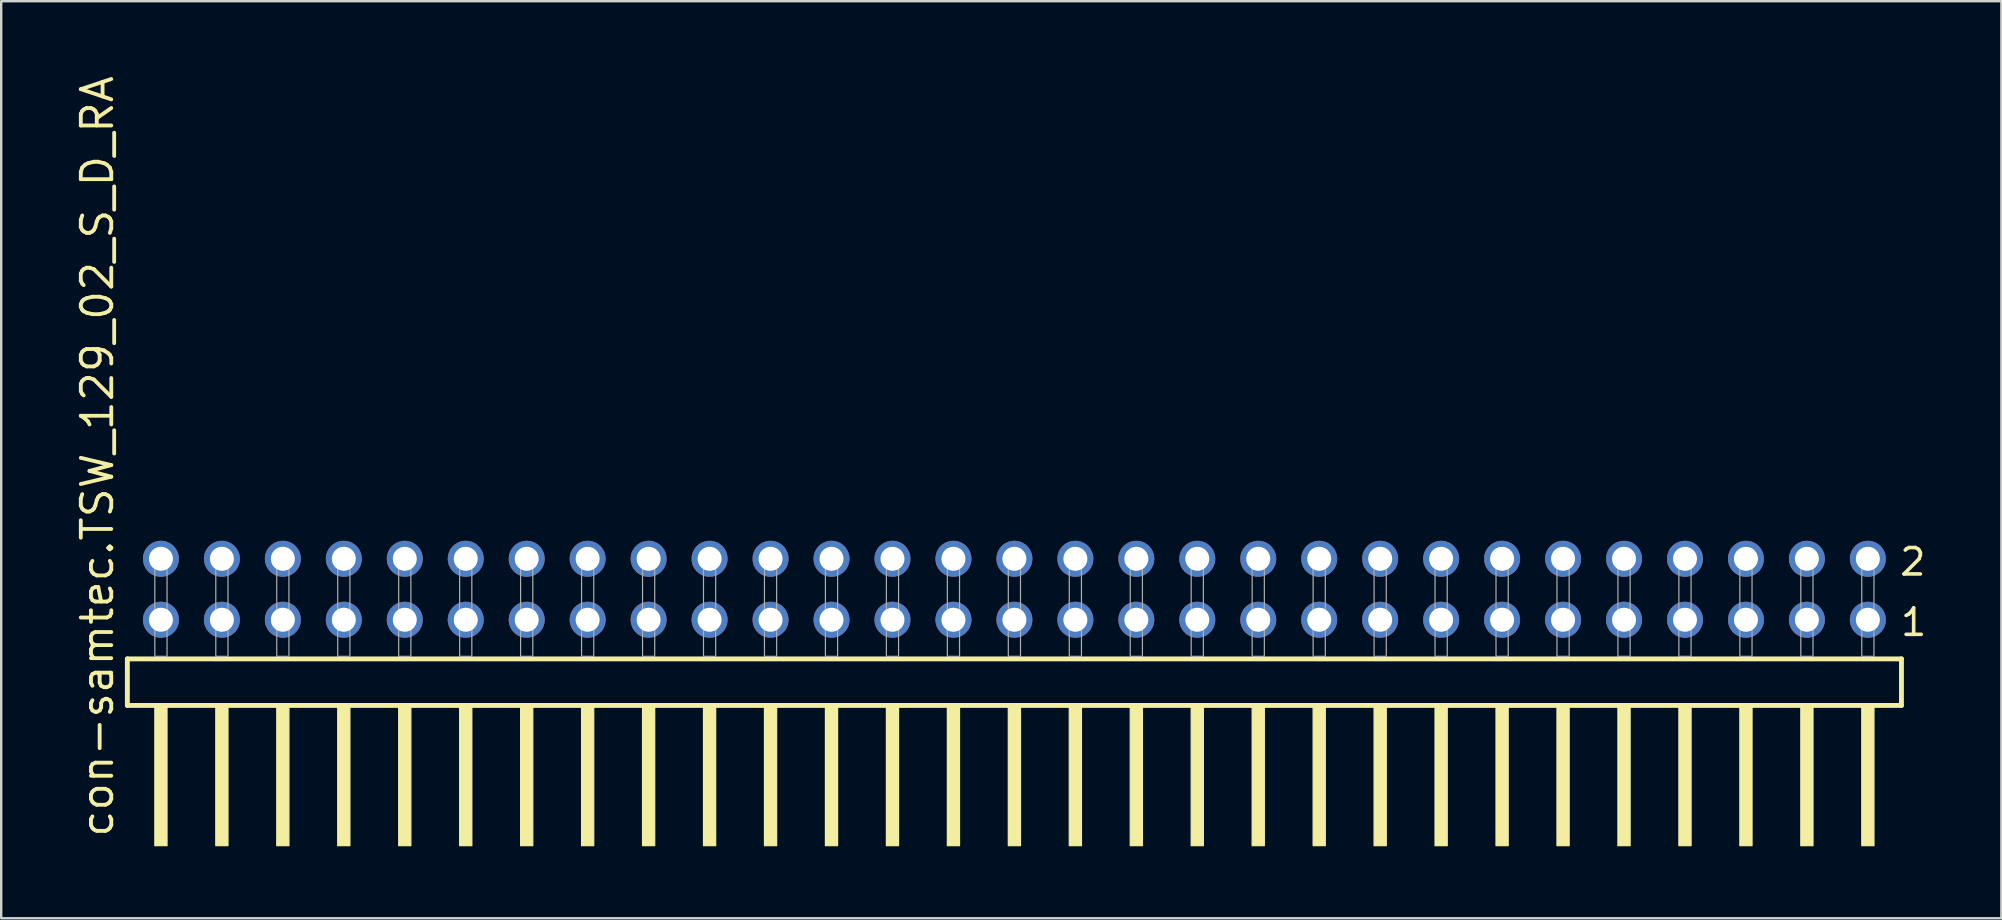
<source format=kicad_pcb>
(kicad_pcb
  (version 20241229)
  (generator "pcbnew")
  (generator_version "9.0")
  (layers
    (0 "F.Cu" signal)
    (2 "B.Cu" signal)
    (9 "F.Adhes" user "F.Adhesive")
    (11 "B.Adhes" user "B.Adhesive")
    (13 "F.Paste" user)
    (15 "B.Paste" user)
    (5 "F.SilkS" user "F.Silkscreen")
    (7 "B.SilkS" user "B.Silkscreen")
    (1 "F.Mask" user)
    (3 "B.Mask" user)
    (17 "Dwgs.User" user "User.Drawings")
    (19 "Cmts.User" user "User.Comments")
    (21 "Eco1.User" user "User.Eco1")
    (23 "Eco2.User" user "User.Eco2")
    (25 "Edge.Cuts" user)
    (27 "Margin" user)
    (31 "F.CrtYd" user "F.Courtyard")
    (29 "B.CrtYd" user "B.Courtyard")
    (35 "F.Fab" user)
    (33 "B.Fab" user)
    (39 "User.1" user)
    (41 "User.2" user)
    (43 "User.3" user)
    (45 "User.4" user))
  (footprint "con-samtec.TSW_129_02_S_D_RA"
    (layer "F.Cu")
    (at 39.215 24.296)
    (property "Reference" "con-samtec.TSW_129_02_S_D_RA" (at -37.465 7.62 90) (layer "F.SilkS") (effects (font (size 1.27 1.27) (thickness 0.16)) (justify left bottom)))
    (attr through_hole)
    (fp_line (start -36.959 0.106) (end -36.959 2.046) (stroke (width 0.203) (type default)) (layer "F.SilkS"))
    (fp_line (start -36.959 2.046) (end 36.959 2.046) (stroke (width 0.203) (type default)) (layer "F.SilkS"))
    (fp_line (start 36.959 0.106) (end -36.959 0.106) (stroke (width 0.203) (type default)) (layer "F.SilkS"))
    (fp_line (start 36.959 2.046) (end 36.959 0.106) (stroke (width 0.203) (type default)) (layer "F.SilkS"))
    (fp_rect (start -35.814 7.89) (end -35.306 2.04) (stroke (width 0.05) (type default)) (fill yes) (layer "F.SilkS"))
    (fp_rect (start -33.274 7.89) (end -32.766 2.04) (stroke (width 0.05) (type default)) (fill yes) (layer "F.SilkS"))
    (fp_rect (start -30.734 7.89) (end -30.226 2.04) (stroke (width 0.05) (type default)) (fill yes) (layer "F.SilkS"))
    (fp_rect (start -28.194 7.89) (end -27.686 2.04) (stroke (width 0.05) (type default)) (fill yes) (layer "F.SilkS"))
    (fp_rect (start -25.654 7.89) (end -25.146 2.04) (stroke (width 0.05) (type default)) (fill yes) (layer "F.SilkS"))
    (fp_rect (start -23.114 7.89) (end -22.606 2.04) (stroke (width 0.05) (type default)) (fill yes) (layer "F.SilkS"))
    (fp_rect (start -20.574 7.89) (end -20.066 2.04) (stroke (width 0.05) (type default)) (fill yes) (layer "F.SilkS"))
    (fp_rect (start -18.034 7.89) (end -17.526 2.04) (stroke (width 0.05) (type default)) (fill yes) (layer "F.SilkS"))
    (fp_rect (start -15.494 7.89) (end -14.986 2.04) (stroke (width 0.05) (type default)) (fill yes) (layer "F.SilkS"))
    (fp_rect (start -12.954 7.89) (end -12.446 2.04) (stroke (width 0.05) (type default)) (fill yes) (layer "F.SilkS"))
    (fp_rect (start -10.414 7.89) (end -9.906 2.04) (stroke (width 0.05) (type default)) (fill yes) (layer "F.SilkS"))
    (fp_rect (start -7.874 7.89) (end -7.366 2.04) (stroke (width 0.05) (type default)) (fill yes) (layer "F.SilkS"))
    (fp_rect (start -5.334 7.89) (end -4.826 2.04) (stroke (width 0.05) (type default)) (fill yes) (layer "F.SilkS"))
    (fp_rect (start -2.794 7.89) (end -2.286 2.04) (stroke (width 0.05) (type default)) (fill yes) (layer "F.SilkS"))
    (fp_rect (start -0.254 7.89) (end 0.254 2.04) (stroke (width 0.05) (type default)) (fill yes) (layer "F.SilkS"))
    (fp_rect (start 2.286 7.89) (end 2.794 2.04) (stroke (width 0.05) (type default)) (fill yes) (layer "F.SilkS"))
    (fp_rect (start 4.826 7.89) (end 5.334 2.04) (stroke (width 0.05) (type default)) (fill yes) (layer "F.SilkS"))
    (fp_rect (start 7.366 7.89) (end 7.874 2.04) (stroke (width 0.05) (type default)) (fill yes) (layer "F.SilkS"))
    (fp_rect (start 9.906 7.89) (end 10.414 2.04) (stroke (width 0.05) (type default)) (fill yes) (layer "F.SilkS"))
    (fp_rect (start 12.446 7.89) (end 12.954 2.04) (stroke (width 0.05) (type default)) (fill yes) (layer "F.SilkS"))
    (fp_rect (start 14.986 7.89) (end 15.494 2.04) (stroke (width 0.05) (type default)) (fill yes) (layer "F.SilkS"))
    (fp_rect (start 17.526 7.89) (end 18.034 2.04) (stroke (width 0.05) (type default)) (fill yes) (layer "F.SilkS"))
    (fp_rect (start 20.066 7.89) (end 20.574 2.04) (stroke (width 0.05) (type default)) (fill yes) (layer "F.SilkS"))
    (fp_rect (start 22.606 7.89) (end 23.114 2.04) (stroke (width 0.05) (type default)) (fill yes) (layer "F.SilkS"))
    (fp_rect (start 25.146 7.89) (end 25.654 2.04) (stroke (width 0.05) (type default)) (fill yes) (layer "F.SilkS"))
    (fp_rect (start 27.686 7.89) (end 28.194 2.04) (stroke (width 0.05) (type default)) (fill yes) (layer "F.SilkS"))
    (fp_rect (start 30.226 7.89) (end 30.734 2.04) (stroke (width 0.05) (type default)) (fill yes) (layer "F.SilkS"))
    (fp_rect (start 32.766 7.89) (end 33.274 2.04) (stroke (width 0.05) (type default)) (fill yes) (layer "F.SilkS"))
    (fp_rect (start 35.306 7.89) (end 35.814 2.04) (stroke (width 0.05) (type default)) (fill yes) (layer "F.SilkS"))
    (fp_rect (start -35.814 0) (end -35.306 -4.318) (stroke (width 0.05) (type default)) (fill no) (layer "F.Fab"))
    (fp_rect (start -33.274 0) (end -32.766 -4.318) (stroke (width 0.05) (type default)) (fill no) (layer "F.Fab"))
    (fp_rect (start -30.734 0) (end -30.226 -4.318) (stroke (width 0.05) (type default)) (fill no) (layer "F.Fab"))
    (fp_rect (start -28.194 0) (end -27.686 -4.318) (stroke (width 0.05) (type default)) (fill no) (layer "F.Fab"))
    (fp_rect (start -25.654 0) (end -25.146 -4.318) (stroke (width 0.05) (type default)) (fill no) (layer "F.Fab"))
    (fp_rect (start -23.114 0) (end -22.606 -4.318) (stroke (width 0.05) (type default)) (fill no) (layer "F.Fab"))
    (fp_rect (start -20.574 0) (end -20.066 -4.318) (stroke (width 0.05) (type default)) (fill no) (layer "F.Fab"))
    (fp_rect (start -18.034 0) (end -17.526 -4.318) (stroke (width 0.05) (type default)) (fill no) (layer "F.Fab"))
    (fp_rect (start -15.494 0) (end -14.986 -4.318) (stroke (width 0.05) (type default)) (fill no) (layer "F.Fab"))
    (fp_rect (start -12.954 0) (end -12.446 -4.318) (stroke (width 0.05) (type default)) (fill no) (layer "F.Fab"))
    (fp_rect (start -10.414 0) (end -9.906 -4.318) (stroke (width 0.05) (type default)) (fill no) (layer "F.Fab"))
    (fp_rect (start -7.874 0) (end -7.366 -4.318) (stroke (width 0.05) (type default)) (fill no) (layer "F.Fab"))
    (fp_rect (start -5.334 0) (end -4.826 -4.318) (stroke (width 0.05) (type default)) (fill no) (layer "F.Fab"))
    (fp_rect (start -2.794 0) (end -2.286 -4.318) (stroke (width 0.05) (type default)) (fill no) (layer "F.Fab"))
    (fp_rect (start -0.254 0) (end 0.254 -4.318) (stroke (width 0.05) (type default)) (fill no) (layer "F.Fab"))
    (fp_rect (start 2.286 0) (end 2.794 -4.318) (stroke (width 0.05) (type default)) (fill no) (layer "F.Fab"))
    (fp_rect (start 4.826 0) (end 5.334 -4.318) (stroke (width 0.05) (type default)) (fill no) (layer "F.Fab"))
    (fp_rect (start 7.366 0) (end 7.874 -4.318) (stroke (width 0.05) (type default)) (fill no) (layer "F.Fab"))
    (fp_rect (start 9.906 0) (end 10.414 -4.318) (stroke (width 0.05) (type default)) (fill no) (layer "F.Fab"))
    (fp_rect (start 12.446 0) (end 12.954 -4.318) (stroke (width 0.05) (type default)) (fill no) (layer "F.Fab"))
    (fp_rect (start 14.986 0) (end 15.494 -4.318) (stroke (width 0.05) (type default)) (fill no) (layer "F.Fab"))
    (fp_rect (start 17.526 0) (end 18.034 -4.318) (stroke (width 0.05) (type default)) (fill no) (layer "F.Fab"))
    (fp_rect (start 20.066 0) (end 20.574 -4.318) (stroke (width 0.05) (type default)) (fill no) (layer "F.Fab"))
    (fp_rect (start 22.606 0) (end 23.114 -4.318) (stroke (width 0.05) (type default)) (fill no) (layer "F.Fab"))
    (fp_rect (start 25.146 0) (end 25.654 -4.318) (stroke (width 0.05) (type default)) (fill no) (layer "F.Fab"))
    (fp_rect (start 27.686 0) (end 28.194 -4.318) (stroke (width 0.05) (type default)) (fill no) (layer "F.Fab"))
    (fp_rect (start 30.226 0) (end 30.734 -4.318) (stroke (width 0.05) (type default)) (fill no) (layer "F.Fab"))
    (fp_rect (start 32.766 0) (end 33.274 -4.318) (stroke (width 0.05) (type default)) (fill no) (layer "F.Fab"))
    (fp_rect (start 35.306 0) (end 35.814 -4.318) (stroke (width 0.05) (type default)) (fill no) (layer "F.Fab"))
    (fp_text user "2" (at 36.81 -3.29 0) (layer "F.SilkS") (effects (font (size 1.1 1.1) (thickness 0.15)) (justify left bottom)))
    (fp_text user "1" (at 36.845 -0.775 0) (layer "F.SilkS") (effects (font (size 1.1 1.1) (thickness 0.15)) (justify left bottom)))
    (pad "1" thru_hole circle (at 35.56 -1.524 180) (size 1.5 1.5) (drill 1) (layers "*.Cu" "*.Mask"))
    (pad "2" thru_hole circle (at 35.56 -4.064 180) (size 1.5 1.5) (drill 1) (layers "*.Cu" "*.Mask"))
    (pad "3" thru_hole circle (at 33.02 -1.524 180) (size 1.5 1.5) (drill 1) (layers "*.Cu" "*.Mask"))
    (pad "4" thru_hole circle (at 33.02 -4.064 180) (size 1.5 1.5) (drill 1) (layers "*.Cu" "*.Mask"))
    (pad "5" thru_hole circle (at 30.48 -1.524 180) (size 1.5 1.5) (drill 1) (layers "*.Cu" "*.Mask"))
    (pad "6" thru_hole circle (at 30.48 -4.064 180) (size 1.5 1.5) (drill 1) (layers "*.Cu" "*.Mask"))
    (pad "7" thru_hole circle (at 27.94 -1.524 180) (size 1.5 1.5) (drill 1) (layers "*.Cu" "*.Mask"))
    (pad "8" thru_hole circle (at 27.94 -4.064 180) (size 1.5 1.5) (drill 1) (layers "*.Cu" "*.Mask"))
    (pad "9" thru_hole circle (at 25.4 -1.524 180) (size 1.5 1.5) (drill 1) (layers "*.Cu" "*.Mask"))
    (pad "10" thru_hole circle (at 25.4 -4.064 180) (size 1.5 1.5) (drill 1) (layers "*.Cu" "*.Mask"))
    (pad "11" thru_hole circle (at 22.86 -1.524 180) (size 1.5 1.5) (drill 1) (layers "*.Cu" "*.Mask"))
    (pad "12" thru_hole circle (at 22.86 -4.064 180) (size 1.5 1.5) (drill 1) (layers "*.Cu" "*.Mask"))
    (pad "13" thru_hole circle (at 20.32 -1.524 180) (size 1.5 1.5) (drill 1) (layers "*.Cu" "*.Mask"))
    (pad "14" thru_hole circle (at 20.32 -4.064 180) (size 1.5 1.5) (drill 1) (layers "*.Cu" "*.Mask"))
    (pad "15" thru_hole circle (at 17.78 -1.524 180) (size 1.5 1.5) (drill 1) (layers "*.Cu" "*.Mask"))
    (pad "16" thru_hole circle (at 17.78 -4.064 180) (size 1.5 1.5) (drill 1) (layers "*.Cu" "*.Mask"))
    (pad "17" thru_hole circle (at 15.24 -1.524 180) (size 1.5 1.5) (drill 1) (layers "*.Cu" "*.Mask"))
    (pad "18" thru_hole circle (at 15.24 -4.064 180) (size 1.5 1.5) (drill 1) (layers "*.Cu" "*.Mask"))
    (pad "19" thru_hole circle (at 12.7 -1.524 180) (size 1.5 1.5) (drill 1) (layers "*.Cu" "*.Mask"))
    (pad "20" thru_hole circle (at 12.7 -4.064 180) (size 1.5 1.5) (drill 1) (layers "*.Cu" "*.Mask"))
    (pad "21" thru_hole circle (at 10.16 -1.524 180) (size 1.5 1.5) (drill 1) (layers "*.Cu" "*.Mask"))
    (pad "22" thru_hole circle (at 10.16 -4.064 180) (size 1.5 1.5) (drill 1) (layers "*.Cu" "*.Mask"))
    (pad "23" thru_hole circle (at 7.62 -1.524 180) (size 1.5 1.5) (drill 1) (layers "*.Cu" "*.Mask"))
    (pad "24" thru_hole circle (at 7.62 -4.064 180) (size 1.5 1.5) (drill 1) (layers "*.Cu" "*.Mask"))
    (pad "25" thru_hole circle (at 5.08 -1.524 180) (size 1.5 1.5) (drill 1) (layers "*.Cu" "*.Mask"))
    (pad "26" thru_hole circle (at 5.08 -4.064 180) (size 1.5 1.5) (drill 1) (layers "*.Cu" "*.Mask"))
    (pad "27" thru_hole circle (at 2.54 -1.524 180) (size 1.5 1.5) (drill 1) (layers "*.Cu" "*.Mask"))
    (pad "28" thru_hole circle (at 2.54 -4.064 180) (size 1.5 1.5) (drill 1) (layers "*.Cu" "*.Mask"))
    (pad "29" thru_hole circle (at 0 -1.524 180) (size 1.5 1.5) (drill 1) (layers "*.Cu" "*.Mask"))
    (pad "30" thru_hole circle (at 0 -4.064 180) (size 1.5 1.5) (drill 1) (layers "*.Cu" "*.Mask"))
    (pad "31" thru_hole circle (at -2.54 -1.524 180) (size 1.5 1.5) (drill 1) (layers "*.Cu" "*.Mask"))
    (pad "32" thru_hole circle (at -2.54 -4.064 180) (size 1.5 1.5) (drill 1) (layers "*.Cu" "*.Mask"))
    (pad "33" thru_hole circle (at -5.08 -1.524 180) (size 1.5 1.5) (drill 1) (layers "*.Cu" "*.Mask"))
    (pad "34" thru_hole circle (at -5.08 -4.064 180) (size 1.5 1.5) (drill 1) (layers "*.Cu" "*.Mask"))
    (pad "35" thru_hole circle (at -7.62 -1.524 180) (size 1.5 1.5) (drill 1) (layers "*.Cu" "*.Mask"))
    (pad "36" thru_hole circle (at -7.62 -4.064 180) (size 1.5 1.5) (drill 1) (layers "*.Cu" "*.Mask"))
    (pad "37" thru_hole circle (at -10.16 -1.524 180) (size 1.5 1.5) (drill 1) (layers "*.Cu" "*.Mask"))
    (pad "38" thru_hole circle (at -10.16 -4.064 180) (size 1.5 1.5) (drill 1) (layers "*.Cu" "*.Mask"))
    (pad "39" thru_hole circle (at -12.7 -1.524 180) (size 1.5 1.5) (drill 1) (layers "*.Cu" "*.Mask"))
    (pad "40" thru_hole circle (at -12.7 -4.064 180) (size 1.5 1.5) (drill 1) (layers "*.Cu" "*.Mask"))
    (pad "41" thru_hole circle (at -15.24 -1.524 180) (size 1.5 1.5) (drill 1) (layers "*.Cu" "*.Mask"))
    (pad "42" thru_hole circle (at -15.24 -4.064 180) (size 1.5 1.5) (drill 1) (layers "*.Cu" "*.Mask"))
    (pad "43" thru_hole circle (at -17.78 -1.524 180) (size 1.5 1.5) (drill 1) (layers "*.Cu" "*.Mask"))
    (pad "44" thru_hole circle (at -17.78 -4.064 180) (size 1.5 1.5) (drill 1) (layers "*.Cu" "*.Mask"))
    (pad "45" thru_hole circle (at -20.32 -1.524 180) (size 1.5 1.5) (drill 1) (layers "*.Cu" "*.Mask"))
    (pad "46" thru_hole circle (at -20.32 -4.064 180) (size 1.5 1.5) (drill 1) (layers "*.Cu" "*.Mask"))
    (pad "47" thru_hole circle (at -22.86 -1.524 180) (size 1.5 1.5) (drill 1) (layers "*.Cu" "*.Mask"))
    (pad "48" thru_hole circle (at -22.86 -4.064 180) (size 1.5 1.5) (drill 1) (layers "*.Cu" "*.Mask"))
    (pad "49" thru_hole circle (at -25.4 -1.524 180) (size 1.5 1.5) (drill 1) (layers "*.Cu" "*.Mask"))
    (pad "50" thru_hole circle (at -25.4 -4.064 180) (size 1.5 1.5) (drill 1) (layers "*.Cu" "*.Mask"))
    (pad "51" thru_hole circle (at -27.94 -1.524 180) (size 1.5 1.5) (drill 1) (layers "*.Cu" "*.Mask"))
    (pad "52" thru_hole circle (at -27.94 -4.064 180) (size 1.5 1.5) (drill 1) (layers "*.Cu" "*.Mask"))
    (pad "53" thru_hole circle (at -30.48 -1.524 180) (size 1.5 1.5) (drill 1) (layers "*.Cu" "*.Mask"))
    (pad "54" thru_hole circle (at -30.48 -4.064 180) (size 1.5 1.5) (drill 1) (layers "*.Cu" "*.Mask"))
    (pad "55" thru_hole circle (at -33.02 -1.524 180) (size 1.5 1.5) (drill 1) (layers "*.Cu" "*.Mask"))
    (pad "56" thru_hole circle (at -33.02 -4.064 180) (size 1.5 1.5) (drill 1) (layers "*.Cu" "*.Mask"))
    (pad "57" thru_hole circle (at -35.56 -1.524 180) (size 1.5 1.5) (drill 1) (layers "*.Cu" "*.Mask"))
    (pad "58" thru_hole circle (at -35.56 -4.064 180) (size 1.5 1.5) (drill 1) (layers "*.Cu" "*.Mask")))
  (gr_rect
    (start -3 -3)
    (end 80.338 35.211)
    (stroke (width 0.1) (type default))
    (fill no)
    (layer "Edge.Cuts")))
</source>
